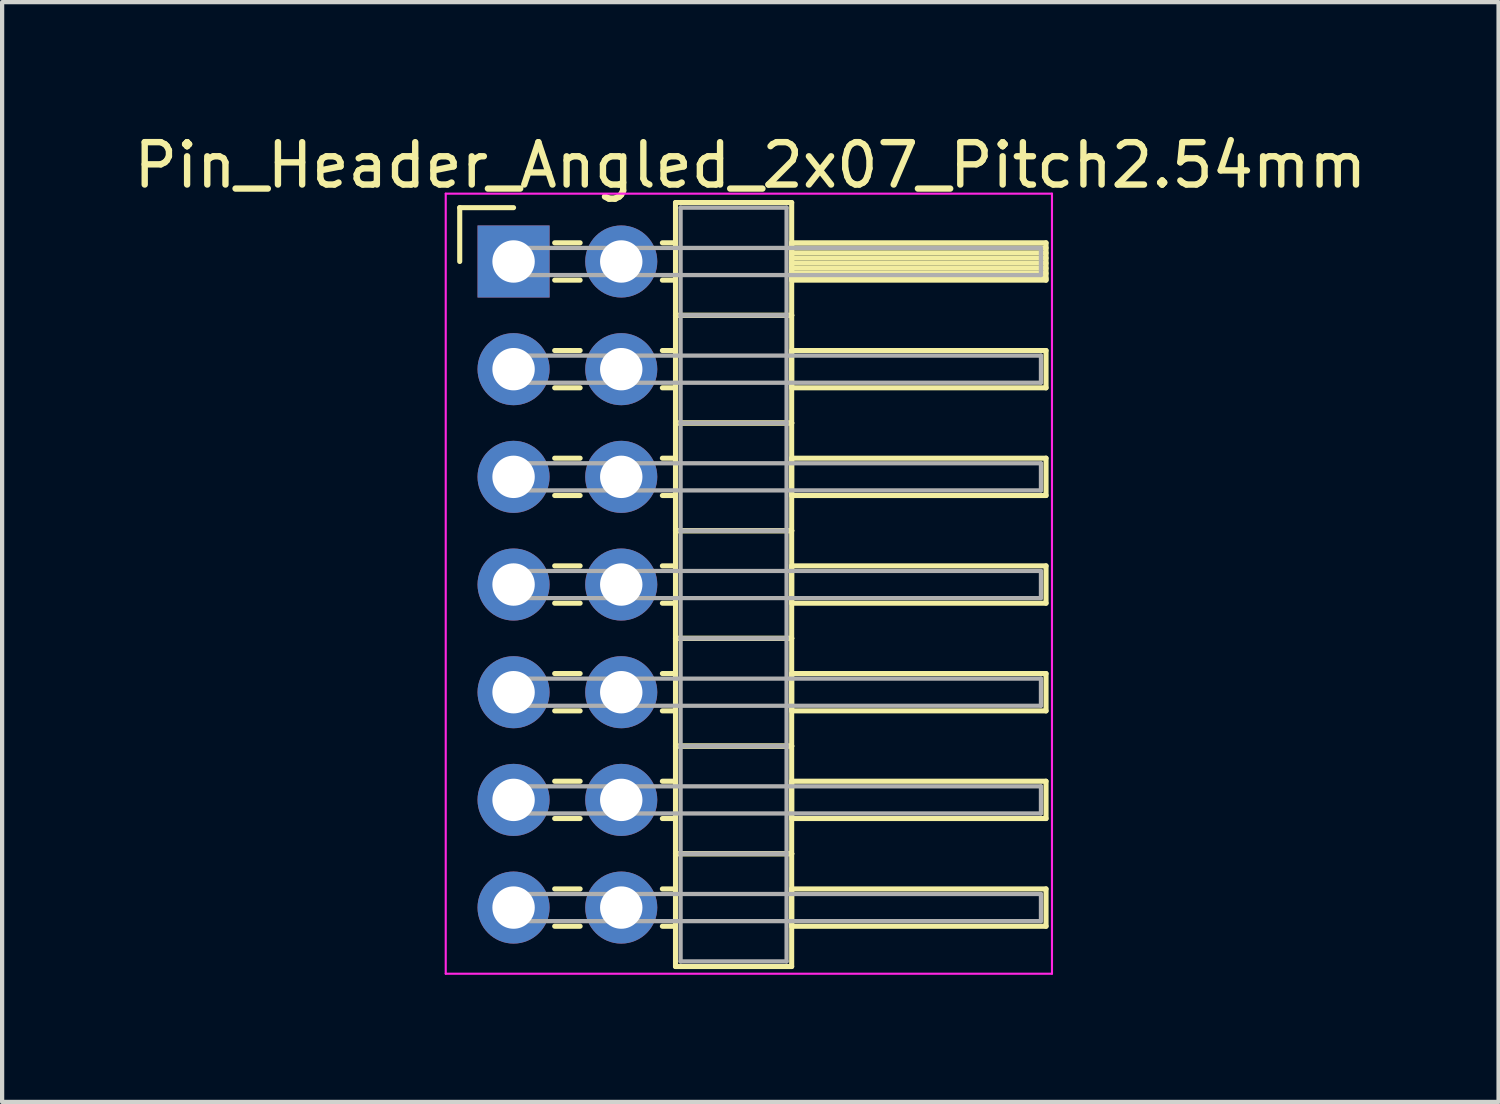
<source format=kicad_pcb>
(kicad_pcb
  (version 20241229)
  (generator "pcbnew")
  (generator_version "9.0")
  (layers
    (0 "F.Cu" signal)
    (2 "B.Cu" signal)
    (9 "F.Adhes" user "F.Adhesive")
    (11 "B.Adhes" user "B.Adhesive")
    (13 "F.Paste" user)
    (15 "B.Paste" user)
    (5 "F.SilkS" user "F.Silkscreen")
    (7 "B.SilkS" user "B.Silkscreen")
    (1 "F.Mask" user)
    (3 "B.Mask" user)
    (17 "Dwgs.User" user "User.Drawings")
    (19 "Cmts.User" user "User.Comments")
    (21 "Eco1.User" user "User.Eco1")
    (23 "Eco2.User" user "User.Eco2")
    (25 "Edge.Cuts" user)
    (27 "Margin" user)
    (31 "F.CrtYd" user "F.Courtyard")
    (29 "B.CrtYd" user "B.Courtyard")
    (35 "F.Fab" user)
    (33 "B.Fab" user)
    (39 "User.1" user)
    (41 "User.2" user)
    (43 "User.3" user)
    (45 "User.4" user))
  (footprint "Pin_Header_Angled_2x07_Pitch2.54mm"
    (layer "F.Cu")
    (at 9.064 3.118)
    (property "Reference" "Pin_Header_Angled_2x07_Pitch2.54mm" (at 5.585 -2.27 0) (layer "F.SilkS") (effects (font (size 1 1) (thickness 0.15))))
    (attr through_hole)
    (fp_line (start -1.27 -1.27) (end 0 -1.27) (stroke (width 0.12) (type solid)) (layer "F.SilkS"))
    (fp_line (start -1.27 0) (end -1.27 -1.27) (stroke (width 0.12) (type solid)) (layer "F.SilkS"))
    (fp_line (start 0.97 -0.44) (end 1.57 -0.44) (stroke (width 0.12) (type solid)) (layer "F.SilkS"))
    (fp_line (start 0.97 0.44) (end 1.57 0.44) (stroke (width 0.12) (type solid)) (layer "F.SilkS"))
    (fp_line (start 0.97 2.1) (end 1.57 2.1) (stroke (width 0.12) (type solid)) (layer "F.SilkS"))
    (fp_line (start 0.97 2.98) (end 1.57 2.98) (stroke (width 0.12) (type solid)) (layer "F.SilkS"))
    (fp_line (start 0.97 4.64) (end 1.57 4.64) (stroke (width 0.12) (type solid)) (layer "F.SilkS"))
    (fp_line (start 0.97 5.52) (end 1.57 5.52) (stroke (width 0.12) (type solid)) (layer "F.SilkS"))
    (fp_line (start 0.97 7.18) (end 1.57 7.18) (stroke (width 0.12) (type solid)) (layer "F.SilkS"))
    (fp_line (start 0.97 8.06) (end 1.57 8.06) (stroke (width 0.12) (type solid)) (layer "F.SilkS"))
    (fp_line (start 0.97 9.72) (end 1.57 9.72) (stroke (width 0.12) (type solid)) (layer "F.SilkS"))
    (fp_line (start 0.97 10.6) (end 1.57 10.6) (stroke (width 0.12) (type solid)) (layer "F.SilkS"))
    (fp_line (start 0.97 12.26) (end 1.57 12.26) (stroke (width 0.12) (type solid)) (layer "F.SilkS"))
    (fp_line (start 0.97 13.14) (end 1.57 13.14) (stroke (width 0.12) (type solid)) (layer "F.SilkS"))
    (fp_line (start 0.97 14.8) (end 1.57 14.8) (stroke (width 0.12) (type solid)) (layer "F.SilkS"))
    (fp_line (start 0.97 15.68) (end 1.57 15.68) (stroke (width 0.12) (type solid)) (layer "F.SilkS"))
    (fp_line (start 3.51 -0.44) (end 3.82 -0.44) (stroke (width 0.12) (type solid)) (layer "F.SilkS"))
    (fp_line (start 3.51 0.44) (end 3.82 0.44) (stroke (width 0.12) (type solid)) (layer "F.SilkS"))
    (fp_line (start 3.51 2.1) (end 3.82 2.1) (stroke (width 0.12) (type solid)) (layer "F.SilkS"))
    (fp_line (start 3.51 2.98) (end 3.82 2.98) (stroke (width 0.12) (type solid)) (layer "F.SilkS"))
    (fp_line (start 3.51 4.64) (end 3.82 4.64) (stroke (width 0.12) (type solid)) (layer "F.SilkS"))
    (fp_line (start 3.51 5.52) (end 3.82 5.52) (stroke (width 0.12) (type solid)) (layer "F.SilkS"))
    (fp_line (start 3.51 7.18) (end 3.82 7.18) (stroke (width 0.12) (type solid)) (layer "F.SilkS"))
    (fp_line (start 3.51 8.06) (end 3.82 8.06) (stroke (width 0.12) (type solid)) (layer "F.SilkS"))
    (fp_line (start 3.51 9.72) (end 3.82 9.72) (stroke (width 0.12) (type solid)) (layer "F.SilkS"))
    (fp_line (start 3.51 10.6) (end 3.82 10.6) (stroke (width 0.12) (type solid)) (layer "F.SilkS"))
    (fp_line (start 3.51 12.26) (end 3.82 12.26) (stroke (width 0.12) (type solid)) (layer "F.SilkS"))
    (fp_line (start 3.51 13.14) (end 3.82 13.14) (stroke (width 0.12) (type solid)) (layer "F.SilkS"))
    (fp_line (start 3.51 14.8) (end 3.82 14.8) (stroke (width 0.12) (type solid)) (layer "F.SilkS"))
    (fp_line (start 3.51 15.68) (end 3.82 15.68) (stroke (width 0.12) (type solid)) (layer "F.SilkS"))
    (fp_line (start 3.82 -1.39) (end 3.82 1.27) (stroke (width 0.12) (type solid)) (layer "F.SilkS"))
    (fp_line (start 3.82 1.27) (end 3.82 3.81) (stroke (width 0.12) (type solid)) (layer "F.SilkS"))
    (fp_line (start 3.82 1.27) (end 6.56 1.27) (stroke (width 0.12) (type solid)) (layer "F.SilkS"))
    (fp_line (start 3.82 3.81) (end 3.82 6.35) (stroke (width 0.12) (type solid)) (layer "F.SilkS"))
    (fp_line (start 3.82 3.81) (end 6.56 3.81) (stroke (width 0.12) (type solid)) (layer "F.SilkS"))
    (fp_line (start 3.82 6.35) (end 3.82 8.89) (stroke (width 0.12) (type solid)) (layer "F.SilkS"))
    (fp_line (start 3.82 6.35) (end 6.56 6.35) (stroke (width 0.12) (type solid)) (layer "F.SilkS"))
    (fp_line (start 3.82 8.89) (end 3.82 11.43) (stroke (width 0.12) (type solid)) (layer "F.SilkS"))
    (fp_line (start 3.82 8.89) (end 6.56 8.89) (stroke (width 0.12) (type solid)) (layer "F.SilkS"))
    (fp_line (start 3.82 11.43) (end 3.82 13.97) (stroke (width 0.12) (type solid)) (layer "F.SilkS"))
    (fp_line (start 3.82 11.43) (end 6.56 11.43) (stroke (width 0.12) (type solid)) (layer "F.SilkS"))
    (fp_line (start 3.82 13.97) (end 3.82 16.63) (stroke (width 0.12) (type solid)) (layer "F.SilkS"))
    (fp_line (start 3.82 13.97) (end 6.56 13.97) (stroke (width 0.12) (type solid)) (layer "F.SilkS"))
    (fp_line (start 3.82 16.63) (end 6.56 16.63) (stroke (width 0.12) (type solid)) (layer "F.SilkS"))
    (fp_line (start 6.56 -1.39) (end 3.82 -1.39) (stroke (width 0.12) (type solid)) (layer "F.SilkS"))
    (fp_line (start 6.56 -0.44) (end 6.56 0.44) (stroke (width 0.12) (type solid)) (layer "F.SilkS"))
    (fp_line (start 6.56 -0.32) (end 12.56 -0.32) (stroke (width 0.12) (type solid)) (layer "F.SilkS"))
    (fp_line (start 6.56 -0.2) (end 12.56 -0.2) (stroke (width 0.12) (type solid)) (layer "F.SilkS"))
    (fp_line (start 6.56 -0.08) (end 12.56 -0.08) (stroke (width 0.12) (type solid)) (layer "F.SilkS"))
    (fp_line (start 6.56 0.04) (end 12.56 0.04) (stroke (width 0.12) (type solid)) (layer "F.SilkS"))
    (fp_line (start 6.56 0.16) (end 12.56 0.16) (stroke (width 0.12) (type solid)) (layer "F.SilkS"))
    (fp_line (start 6.56 0.28) (end 12.56 0.28) (stroke (width 0.12) (type solid)) (layer "F.SilkS"))
    (fp_line (start 6.56 0.4) (end 12.56 0.4) (stroke (width 0.12) (type solid)) (layer "F.SilkS"))
    (fp_line (start 6.56 0.44) (end 12.56 0.44) (stroke (width 0.12) (type solid)) (layer "F.SilkS"))
    (fp_line (start 6.56 1.27) (end 3.82 1.27) (stroke (width 0.12) (type solid)) (layer "F.SilkS"))
    (fp_line (start 6.56 1.27) (end 6.56 -1.39) (stroke (width 0.12) (type solid)) (layer "F.SilkS"))
    (fp_line (start 6.56 2.1) (end 6.56 2.98) (stroke (width 0.12) (type solid)) (layer "F.SilkS"))
    (fp_line (start 6.56 2.98) (end 12.56 2.98) (stroke (width 0.12) (type solid)) (layer "F.SilkS"))
    (fp_line (start 6.56 3.81) (end 3.82 3.81) (stroke (width 0.12) (type solid)) (layer "F.SilkS"))
    (fp_line (start 6.56 3.81) (end 6.56 1.27) (stroke (width 0.12) (type solid)) (layer "F.SilkS"))
    (fp_line (start 6.56 4.64) (end 6.56 5.52) (stroke (width 0.12) (type solid)) (layer "F.SilkS"))
    (fp_line (start 6.56 5.52) (end 12.56 5.52) (stroke (width 0.12) (type solid)) (layer "F.SilkS"))
    (fp_line (start 6.56 6.35) (end 3.82 6.35) (stroke (width 0.12) (type solid)) (layer "F.SilkS"))
    (fp_line (start 6.56 6.35) (end 6.56 3.81) (stroke (width 0.12) (type solid)) (layer "F.SilkS"))
    (fp_line (start 6.56 7.18) (end 6.56 8.06) (stroke (width 0.12) (type solid)) (layer "F.SilkS"))
    (fp_line (start 6.56 8.06) (end 12.56 8.06) (stroke (width 0.12) (type solid)) (layer "F.SilkS"))
    (fp_line (start 6.56 8.89) (end 3.82 8.89) (stroke (width 0.12) (type solid)) (layer "F.SilkS"))
    (fp_line (start 6.56 8.89) (end 6.56 6.35) (stroke (width 0.12) (type solid)) (layer "F.SilkS"))
    (fp_line (start 6.56 9.72) (end 6.56 10.6) (stroke (width 0.12) (type solid)) (layer "F.SilkS"))
    (fp_line (start 6.56 10.6) (end 12.56 10.6) (stroke (width 0.12) (type solid)) (layer "F.SilkS"))
    (fp_line (start 6.56 11.43) (end 3.82 11.43) (stroke (width 0.12) (type solid)) (layer "F.SilkS"))
    (fp_line (start 6.56 11.43) (end 6.56 8.89) (stroke (width 0.12) (type solid)) (layer "F.SilkS"))
    (fp_line (start 6.56 12.26) (end 6.56 13.14) (stroke (width 0.12) (type solid)) (layer "F.SilkS"))
    (fp_line (start 6.56 13.14) (end 12.56 13.14) (stroke (width 0.12) (type solid)) (layer "F.SilkS"))
    (fp_line (start 6.56 13.97) (end 3.82 13.97) (stroke (width 0.12) (type solid)) (layer "F.SilkS"))
    (fp_line (start 6.56 13.97) (end 6.56 11.43) (stroke (width 0.12) (type solid)) (layer "F.SilkS"))
    (fp_line (start 6.56 14.8) (end 6.56 15.68) (stroke (width 0.12) (type solid)) (layer "F.SilkS"))
    (fp_line (start 6.56 15.68) (end 12.56 15.68) (stroke (width 0.12) (type solid)) (layer "F.SilkS"))
    (fp_line (start 6.56 16.63) (end 6.56 13.97) (stroke (width 0.12) (type solid)) (layer "F.SilkS"))
    (fp_line (start 12.56 -0.44) (end 6.56 -0.44) (stroke (width 0.12) (type solid)) (layer "F.SilkS"))
    (fp_line (start 12.56 0.44) (end 12.56 -0.44) (stroke (width 0.12) (type solid)) (layer "F.SilkS"))
    (fp_line (start 12.56 2.1) (end 6.56 2.1) (stroke (width 0.12) (type solid)) (layer "F.SilkS"))
    (fp_line (start 12.56 2.98) (end 12.56 2.1) (stroke (width 0.12) (type solid)) (layer "F.SilkS"))
    (fp_line (start 12.56 4.64) (end 6.56 4.64) (stroke (width 0.12) (type solid)) (layer "F.SilkS"))
    (fp_line (start 12.56 5.52) (end 12.56 4.64) (stroke (width 0.12) (type solid)) (layer "F.SilkS"))
    (fp_line (start 12.56 7.18) (end 6.56 7.18) (stroke (width 0.12) (type solid)) (layer "F.SilkS"))
    (fp_line (start 12.56 8.06) (end 12.56 7.18) (stroke (width 0.12) (type solid)) (layer "F.SilkS"))
    (fp_line (start 12.56 9.72) (end 6.56 9.72) (stroke (width 0.12) (type solid)) (layer "F.SilkS"))
    (fp_line (start 12.56 10.6) (end 12.56 9.72) (stroke (width 0.12) (type solid)) (layer "F.SilkS"))
    (fp_line (start 12.56 12.26) (end 6.56 12.26) (stroke (width 0.12) (type solid)) (layer "F.SilkS"))
    (fp_line (start 12.56 13.14) (end 12.56 12.26) (stroke (width 0.12) (type solid)) (layer "F.SilkS"))
    (fp_line (start 12.56 14.8) (end 6.56 14.8) (stroke (width 0.12) (type solid)) (layer "F.SilkS"))
    (fp_line (start 12.56 15.68) (end 12.56 14.8) (stroke (width 0.12) (type solid)) (layer "F.SilkS"))
    (fp_line (start -1.6 -1.6) (end -1.6 16.8) (stroke (width 0.05) (type solid)) (layer "F.CrtYd"))
    (fp_line (start -1.6 16.8) (end 12.7 16.8) (stroke (width 0.05) (type solid)) (layer "F.CrtYd"))
    (fp_line (start 12.7 -1.6) (end -1.6 -1.6) (stroke (width 0.05) (type solid)) (layer "F.CrtYd"))
    (fp_line (start 12.7 16.8) (end 12.7 -1.6) (stroke (width 0.05) (type solid)) (layer "F.CrtYd"))
    (fp_line (start 0 -0.32) (end 0 0.32) (stroke (width 0.1) (type solid)) (layer "F.Fab"))
    (fp_line (start 0 0.32) (end 12.44 0.32) (stroke (width 0.1) (type solid)) (layer "F.Fab"))
    (fp_line (start 0 2.22) (end 0 2.86) (stroke (width 0.1) (type solid)) (layer "F.Fab"))
    (fp_line (start 0 2.86) (end 12.44 2.86) (stroke (width 0.1) (type solid)) (layer "F.Fab"))
    (fp_line (start 0 4.76) (end 0 5.4) (stroke (width 0.1) (type solid)) (layer "F.Fab"))
    (fp_line (start 0 5.4) (end 12.44 5.4) (stroke (width 0.1) (type solid)) (layer "F.Fab"))
    (fp_line (start 0 7.3) (end 0 7.94) (stroke (width 0.1) (type solid)) (layer "F.Fab"))
    (fp_line (start 0 7.94) (end 12.44 7.94) (stroke (width 0.1) (type solid)) (layer "F.Fab"))
    (fp_line (start 0 9.84) (end 0 10.48) (stroke (width 0.1) (type solid)) (layer "F.Fab"))
    (fp_line (start 0 10.48) (end 12.44 10.48) (stroke (width 0.1) (type solid)) (layer "F.Fab"))
    (fp_line (start 0 12.38) (end 0 13.02) (stroke (width 0.1) (type solid)) (layer "F.Fab"))
    (fp_line (start 0 13.02) (end 12.44 13.02) (stroke (width 0.1) (type solid)) (layer "F.Fab"))
    (fp_line (start 0 14.92) (end 0 15.56) (stroke (width 0.1) (type solid)) (layer "F.Fab"))
    (fp_line (start 0 15.56) (end 12.44 15.56) (stroke (width 0.1) (type solid)) (layer "F.Fab"))
    (fp_line (start 3.94 -1.27) (end 3.94 1.27) (stroke (width 0.1) (type solid)) (layer "F.Fab"))
    (fp_line (start 3.94 1.27) (end 3.94 3.81) (stroke (width 0.1) (type solid)) (layer "F.Fab"))
    (fp_line (start 3.94 1.27) (end 6.44 1.27) (stroke (width 0.1) (type solid)) (layer "F.Fab"))
    (fp_line (start 3.94 3.81) (end 3.94 6.35) (stroke (width 0.1) (type solid)) (layer "F.Fab"))
    (fp_line (start 3.94 3.81) (end 6.44 3.81) (stroke (width 0.1) (type solid)) (layer "F.Fab"))
    (fp_line (start 3.94 6.35) (end 3.94 8.89) (stroke (width 0.1) (type solid)) (layer "F.Fab"))
    (fp_line (start 3.94 6.35) (end 6.44 6.35) (stroke (width 0.1) (type solid)) (layer "F.Fab"))
    (fp_line (start 3.94 8.89) (end 3.94 11.43) (stroke (width 0.1) (type solid)) (layer "F.Fab"))
    (fp_line (start 3.94 8.89) (end 6.44 8.89) (stroke (width 0.1) (type solid)) (layer "F.Fab"))
    (fp_line (start 3.94 11.43) (end 3.94 13.97) (stroke (width 0.1) (type solid)) (layer "F.Fab"))
    (fp_line (start 3.94 11.43) (end 6.44 11.43) (stroke (width 0.1) (type solid)) (layer "F.Fab"))
    (fp_line (start 3.94 13.97) (end 3.94 16.51) (stroke (width 0.1) (type solid)) (layer "F.Fab"))
    (fp_line (start 3.94 13.97) (end 6.44 13.97) (stroke (width 0.1) (type solid)) (layer "F.Fab"))
    (fp_line (start 3.94 16.51) (end 6.44 16.51) (stroke (width 0.1) (type solid)) (layer "F.Fab"))
    (fp_line (start 6.44 -1.27) (end 3.94 -1.27) (stroke (width 0.1) (type solid)) (layer "F.Fab"))
    (fp_line (start 6.44 1.27) (end 3.94 1.27) (stroke (width 0.1) (type solid)) (layer "F.Fab"))
    (fp_line (start 6.44 1.27) (end 6.44 -1.27) (stroke (width 0.1) (type solid)) (layer "F.Fab"))
    (fp_line (start 6.44 3.81) (end 3.94 3.81) (stroke (width 0.1) (type solid)) (layer "F.Fab"))
    (fp_line (start 6.44 3.81) (end 6.44 1.27) (stroke (width 0.1) (type solid)) (layer "F.Fab"))
    (fp_line (start 6.44 6.35) (end 3.94 6.35) (stroke (width 0.1) (type solid)) (layer "F.Fab"))
    (fp_line (start 6.44 6.35) (end 6.44 3.81) (stroke (width 0.1) (type solid)) (layer "F.Fab"))
    (fp_line (start 6.44 8.89) (end 3.94 8.89) (stroke (width 0.1) (type solid)) (layer "F.Fab"))
    (fp_line (start 6.44 8.89) (end 6.44 6.35) (stroke (width 0.1) (type solid)) (layer "F.Fab"))
    (fp_line (start 6.44 11.43) (end 3.94 11.43) (stroke (width 0.1) (type solid)) (layer "F.Fab"))
    (fp_line (start 6.44 11.43) (end 6.44 8.89) (stroke (width 0.1) (type solid)) (layer "F.Fab"))
    (fp_line (start 6.44 13.97) (end 3.94 13.97) (stroke (width 0.1) (type solid)) (layer "F.Fab"))
    (fp_line (start 6.44 13.97) (end 6.44 11.43) (stroke (width 0.1) (type solid)) (layer "F.Fab"))
    (fp_line (start 6.44 16.51) (end 6.44 13.97) (stroke (width 0.1) (type solid)) (layer "F.Fab"))
    (fp_line (start 12.44 -0.32) (end 0 -0.32) (stroke (width 0.1) (type solid)) (layer "F.Fab"))
    (fp_line (start 12.44 0.32) (end 12.44 -0.32) (stroke (width 0.1) (type solid)) (layer "F.Fab"))
    (fp_line (start 12.44 2.22) (end 0 2.22) (stroke (width 0.1) (type solid)) (layer "F.Fab"))
    (fp_line (start 12.44 2.86) (end 12.44 2.22) (stroke (width 0.1) (type solid)) (layer "F.Fab"))
    (fp_line (start 12.44 4.76) (end 0 4.76) (stroke (width 0.1) (type solid)) (layer "F.Fab"))
    (fp_line (start 12.44 5.4) (end 12.44 4.76) (stroke (width 0.1) (type solid)) (layer "F.Fab"))
    (fp_line (start 12.44 7.3) (end 0 7.3) (stroke (width 0.1) (type solid)) (layer "F.Fab"))
    (fp_line (start 12.44 7.94) (end 12.44 7.3) (stroke (width 0.1) (type solid)) (layer "F.Fab"))
    (fp_line (start 12.44 9.84) (end 0 9.84) (stroke (width 0.1) (type solid)) (layer "F.Fab"))
    (fp_line (start 12.44 10.48) (end 12.44 9.84) (stroke (width 0.1) (type solid)) (layer "F.Fab"))
    (fp_line (start 12.44 12.38) (end 0 12.38) (stroke (width 0.1) (type solid)) (layer "F.Fab"))
    (fp_line (start 12.44 13.02) (end 12.44 12.38) (stroke (width 0.1) (type solid)) (layer "F.Fab"))
    (fp_line (start 12.44 14.92) (end 0 14.92) (stroke (width 0.1) (type solid)) (layer "F.Fab"))
    (fp_line (start 12.44 15.56) (end 12.44 14.92) (stroke (width 0.1) (type solid)) (layer "F.Fab"))
    (pad "1" thru_hole rect (at 0 0) (size 1.7 1.7) (drill 1) (layers "*.Cu" "*.Mask"))
    (pad "2" thru_hole oval (at 2.54 0) (size 1.7 1.7) (drill 1) (layers "*.Cu" "*.Mask"))
    (pad "3" thru_hole oval (at 0 2.54) (size 1.7 1.7) (drill 1) (layers "*.Cu" "*.Mask"))
    (pad "4" thru_hole oval (at 2.54 2.54) (size 1.7 1.7) (drill 1) (layers "*.Cu" "*.Mask"))
    (pad "5" thru_hole oval (at 0 5.08) (size 1.7 1.7) (drill 1) (layers "*.Cu" "*.Mask"))
    (pad "6" thru_hole oval (at 2.54 5.08) (size 1.7 1.7) (drill 1) (layers "*.Cu" "*.Mask"))
    (pad "7" thru_hole oval (at 0 7.62) (size 1.7 1.7) (drill 1) (layers "*.Cu" "*.Mask"))
    (pad "8" thru_hole oval (at 2.54 7.62) (size 1.7 1.7) (drill 1) (layers "*.Cu" "*.Mask"))
    (pad "9" thru_hole oval (at 0 10.16) (size 1.7 1.7) (drill 1) (layers "*.Cu" "*.Mask"))
    (pad "10" thru_hole oval (at 2.54 10.16) (size 1.7 1.7) (drill 1) (layers "*.Cu" "*.Mask"))
    (pad "11" thru_hole oval (at 0 12.7) (size 1.7 1.7) (drill 1) (layers "*.Cu" "*.Mask"))
    (pad "12" thru_hole oval (at 2.54 12.7) (size 1.7 1.7) (drill 1) (layers "*.Cu" "*.Mask"))
    (pad "13" thru_hole oval (at 0 15.24) (size 1.7 1.7) (drill 1) (layers "*.Cu" "*.Mask"))
    (pad "14" thru_hole oval (at 2.54 15.24) (size 1.7 1.7) (drill 1) (layers "*.Cu" "*.Mask")))
  (gr_rect
    (start -3 -3)
    (end 32.298 22.943)
    (stroke (width 0.1) (type default))
    (fill no)
    (layer "Edge.Cuts")))
</source>
